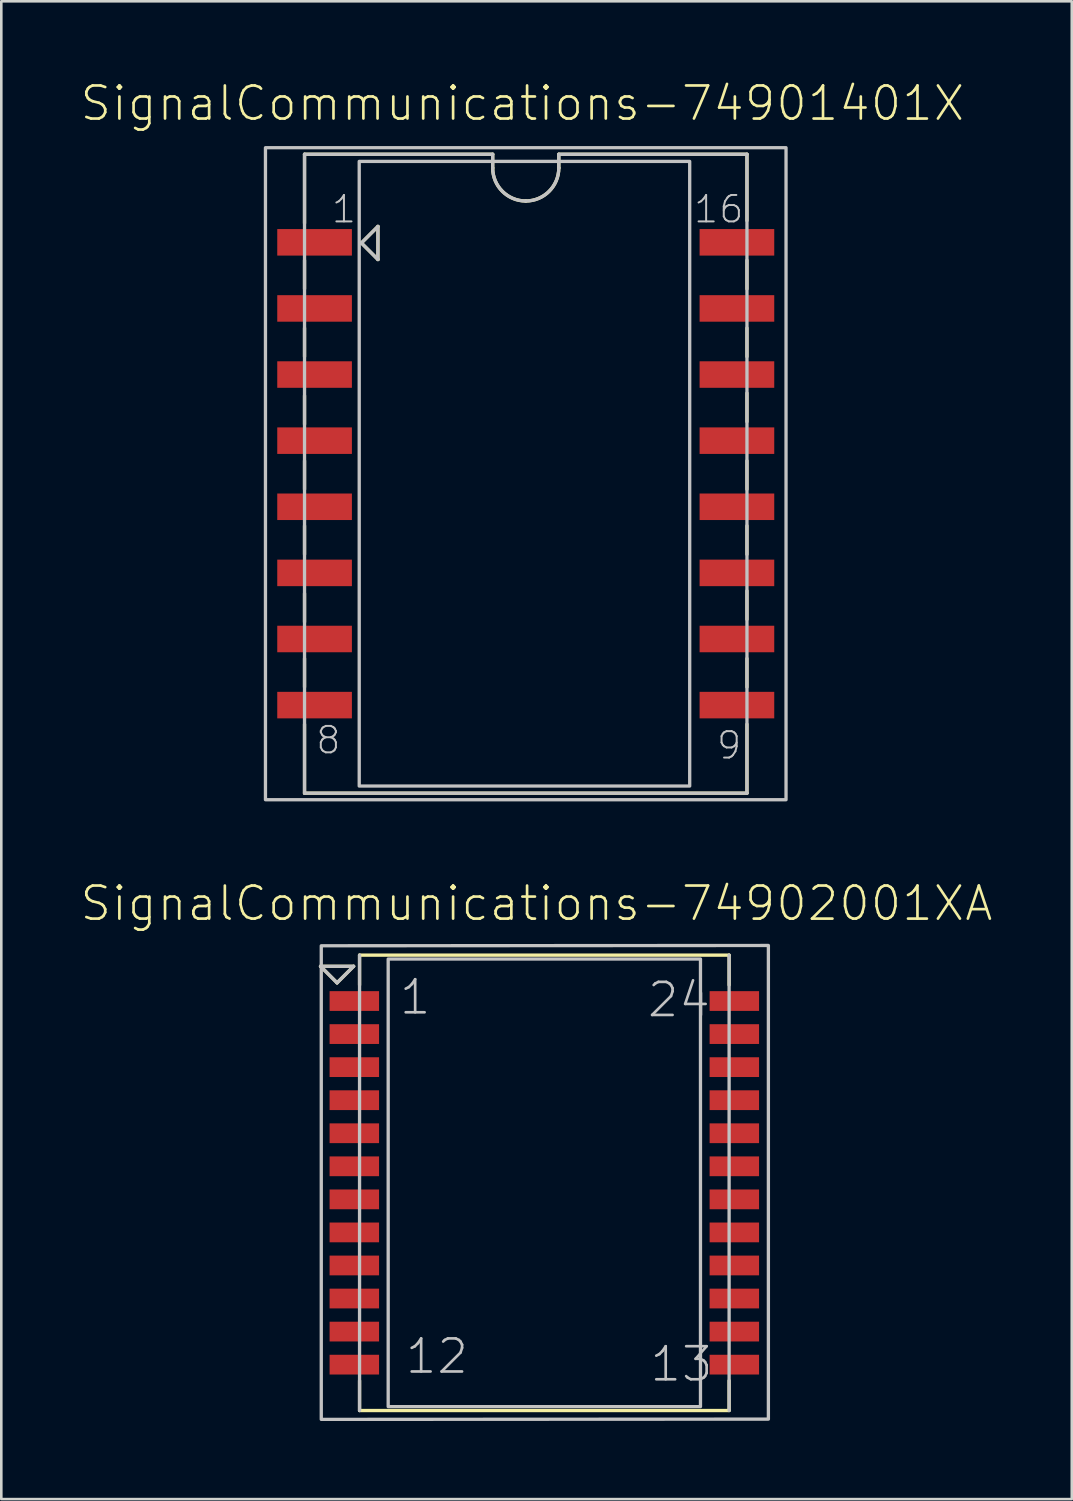
<source format=kicad_pcb>
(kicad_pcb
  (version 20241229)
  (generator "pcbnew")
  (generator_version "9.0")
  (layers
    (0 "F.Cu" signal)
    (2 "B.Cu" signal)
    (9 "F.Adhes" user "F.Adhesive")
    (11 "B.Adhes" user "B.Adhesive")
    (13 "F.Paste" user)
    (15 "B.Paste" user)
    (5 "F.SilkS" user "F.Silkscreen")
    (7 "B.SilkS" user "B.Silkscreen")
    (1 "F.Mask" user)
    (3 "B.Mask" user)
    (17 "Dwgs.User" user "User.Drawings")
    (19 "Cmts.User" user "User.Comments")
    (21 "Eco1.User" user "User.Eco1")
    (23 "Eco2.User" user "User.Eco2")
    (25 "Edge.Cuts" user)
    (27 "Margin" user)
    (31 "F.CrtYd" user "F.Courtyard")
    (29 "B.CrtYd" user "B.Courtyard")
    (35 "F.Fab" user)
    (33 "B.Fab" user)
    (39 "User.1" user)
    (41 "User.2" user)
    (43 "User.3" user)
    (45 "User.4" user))
  (footprint "SignalCommunications-74902001XA"
    (layer "F.Cu")
    (at 17.863 42.394)
    (property "Reference" "SignalCommunications-74902001XA" (at -0.3 -10.734 0) (layer "F.SilkS") (effects (font (size 1.27 1.27) (thickness 0.102))))
    (attr smd)
    (fp_line (start -8.598 -8.319) (end -7.963 -7.684) (stroke (width 0.127) (type solid)) (layer "F.SilkS"))
    (fp_line (start -7.963 -7.684) (end -7.328 -8.319) (stroke (width 0.127) (type solid)) (layer "F.SilkS"))
    (fp_line (start -7.328 -8.319) (end -8.598 -8.319) (stroke (width 0.127) (type solid)) (layer "F.SilkS"))
    (fp_line (start -7.099 -8.748) (end 7.099 -8.748) (stroke (width 0.127) (type solid)) (layer "F.SilkS"))
    (fp_line (start -7.099 -7.6) (end -7.099 -8.748) (stroke (width 0.127) (type solid)) (layer "F.SilkS"))
    (fp_line (start -7.099 7.6) (end -7.099 8.748) (stroke (width 0.127) (type solid)) (layer "F.SilkS"))
    (fp_line (start 7.099 -7.6) (end 7.099 -8.748) (stroke (width 0.127) (type solid)) (layer "F.SilkS"))
    (fp_line (start 7.099 7.6) (end 7.099 8.748) (stroke (width 0.127) (type solid)) (layer "F.SilkS"))
    (fp_line (start 7.099 8.748) (end -7.099 8.748) (stroke (width 0.127) (type solid)) (layer "F.SilkS"))
    (fp_line (start -8.598 -8.319) (end -7.963 -7.684) (stroke (width 0.127) (type solid)) (layer "Dwgs.User"))
    (fp_line (start -7.963 -7.684) (end -7.328 -8.319) (stroke (width 0.127) (type solid)) (layer "Dwgs.User"))
    (fp_line (start -7.328 -8.319) (end -8.598 -8.319) (stroke (width 0.127) (type solid)) (layer "Dwgs.User"))
    (fp_line (start -7.099 8.748) (end -7.099 -8.748) (stroke (width 0.127) (type solid)) (layer "Dwgs.User"))
    (fp_line (start 7.099 -8.748) (end 7.099 8.748) (stroke (width 0.127) (type solid)) (layer "Dwgs.User"))
    (fp_poly (pts (xy 8.608 -9.119) (xy 8.608 9.078) (xy -8.57 9.088) (xy -8.57 -9.108) (xy 8.608 -9.119)) (stroke (width 0.127) (type solid)) (fill no) (layer "Dwgs.User"))
    (fp_poly (pts (xy 5.999 -8.4) (xy 5.999 8.598) (xy -5.999 8.598) (xy -5.999 -8.598) (xy 5.999 -8.598) (xy 5.999 -8.298) (xy 5.999 -8.4)) (stroke (width 0.127) (type solid)) (fill no) (layer "Dwgs.User"))
    (fp_text user "12" (at -4.128 6.665 0) (layer "Dwgs.User") (effects (font (size 1.27 1.27) (thickness 0.102))))
    (fp_text user "1" (at -4.963 -7.135 0) (layer "Dwgs.User") (effects (font (size 1.27 1.27) (thickness 0.102))))
    (fp_text user "13" (at 5.268 6.965 0) (layer "Dwgs.User") (effects (font (size 1.27 1.27) (thickness 0.102))))
    (fp_text user "24" (at 5.169 -7.033 0) (layer "Dwgs.User") (effects (font (size 1.27 1.27) (thickness 0.102))))
    (pad "1" smd rect (at -7.3 -6.985) (size 1.9 0.759) (layers "F.Cu" "F.Mask" "F.Paste"))
    (pad "2" smd rect (at -7.3 -5.715) (size 1.9 0.759) (layers "F.Cu" "F.Mask" "F.Paste"))
    (pad "3" smd rect (at -7.3 -4.445) (size 1.9 0.759) (layers "F.Cu" "F.Mask" "F.Paste"))
    (pad "4" smd rect (at -7.3 -3.175) (size 1.9 0.759) (layers "F.Cu" "F.Mask" "F.Paste"))
    (pad "5" smd rect (at -7.3 -1.905) (size 1.9 0.759) (layers "F.Cu" "F.Mask" "F.Paste"))
    (pad "6" smd rect (at -7.3 -0.635) (size 1.9 0.759) (layers "F.Cu" "F.Mask" "F.Paste"))
    (pad "7" smd rect (at -7.3 0.635) (size 1.9 0.759) (layers "F.Cu" "F.Mask" "F.Paste"))
    (pad "8" smd rect (at -7.3 1.905) (size 1.9 0.759) (layers "F.Cu" "F.Mask" "F.Paste"))
    (pad "9" smd rect (at -7.3 3.175) (size 1.9 0.759) (layers "F.Cu" "F.Mask" "F.Paste"))
    (pad "10" smd rect (at -7.3 4.445) (size 1.9 0.759) (layers "F.Cu" "F.Mask" "F.Paste"))
    (pad "11" smd rect (at -7.3 5.715) (size 1.9 0.759) (layers "F.Cu" "F.Mask" "F.Paste"))
    (pad "12" smd rect (at -7.3 6.985) (size 1.9 0.759) (layers "F.Cu" "F.Mask" "F.Paste"))
    (pad "13" smd rect (at 7.3 6.985) (size 1.9 0.759) (layers "F.Cu" "F.Mask" "F.Paste"))
    (pad "14" smd rect (at 7.3 5.715) (size 1.9 0.759) (layers "F.Cu" "F.Mask" "F.Paste"))
    (pad "15" smd rect (at 7.3 4.445) (size 1.9 0.759) (layers "F.Cu" "F.Mask" "F.Paste"))
    (pad "16" smd rect (at 7.3 3.175) (size 1.9 0.759) (layers "F.Cu" "F.Mask" "F.Paste"))
    (pad "17" smd rect (at 7.3 1.905) (size 1.9 0.759) (layers "F.Cu" "F.Mask" "F.Paste"))
    (pad "18" smd rect (at 7.3 0.635) (size 1.9 0.759) (layers "F.Cu" "F.Mask" "F.Paste"))
    (pad "19" smd rect (at 7.3 -0.635) (size 1.9 0.759) (layers "F.Cu" "F.Mask" "F.Paste"))
    (pad "20" smd rect (at 7.3 -1.905) (size 1.9 0.759) (layers "F.Cu" "F.Mask" "F.Paste"))
    (pad "21" smd rect (at 7.3 -3.175) (size 1.9 0.759) (layers "F.Cu" "F.Mask" "F.Paste"))
    (pad "22" smd rect (at 7.3 -4.445) (size 1.9 0.759) (layers "F.Cu" "F.Mask" "F.Paste"))
    (pad "23" smd rect (at 7.3 -5.715) (size 1.9 0.759) (layers "F.Cu" "F.Mask" "F.Paste"))
    (pad "24" smd rect (at 7.3 -6.985) (size 1.9 0.759) (layers "F.Cu" "F.Mask" "F.Paste")))
  (footprint "SignalCommunications-74901401X"
    (layer "F.Cu")
    (at 17.149 15.15)
    (property "Reference" "SignalCommunications-74901401X" (at -0.13 -14.229 0) (layer "F.SilkS") (effects (font (size 1.27 1.27) (thickness 0.102))))
    (attr smd)
    (fp_line (start -8.499 -12.273) (end -1.27 -12.273) (stroke (width 0.127) (type solid)) (layer "F.SilkS"))
    (fp_line (start -8.499 -9.624) (end -8.499 -12.273) (stroke (width 0.127) (type solid)) (layer "F.SilkS"))
    (fp_line (start -8.499 -8.199) (end -8.499 -7.099) (stroke (width 0.127) (type solid)) (layer "F.SilkS"))
    (fp_line (start -8.499 -5.598) (end -8.499 -4.498) (stroke (width 0.127) (type solid)) (layer "F.SilkS"))
    (fp_line (start -8.499 -3) (end -8.499 -1.9) (stroke (width 0.127) (type solid)) (layer "F.SilkS"))
    (fp_line (start -8.499 -0.498) (end -8.499 0.599) (stroke (width 0.127) (type solid)) (layer "F.SilkS"))
    (fp_line (start -8.499 1.999) (end -8.499 3.099) (stroke (width 0.127) (type solid)) (layer "F.SilkS"))
    (fp_line (start -8.499 4.6) (end -8.499 5.7) (stroke (width 0.127) (type solid)) (layer "F.SilkS"))
    (fp_line (start -8.499 7.099) (end -8.499 8.199) (stroke (width 0.127) (type solid)) (layer "F.SilkS"))
    (fp_line (start -8.499 9.624) (end -8.499 12.273) (stroke (width 0.127) (type solid)) (layer "F.SilkS"))
    (fp_line (start -8.499 12.273) (end 8.499 12.273) (stroke (width 0.127) (type solid)) (layer "F.SilkS"))
    (fp_line (start -6.314 -8.865) (end -5.679 -8.23) (stroke (width 0.127) (type solid)) (layer "F.SilkS"))
    (fp_line (start -5.679 -9.5) (end -6.314 -8.865) (stroke (width 0.127) (type solid)) (layer "F.SilkS"))
    (fp_line (start -5.679 -8.23) (end -5.679 -9.5) (stroke (width 0.127) (type solid)) (layer "F.SilkS"))
    (fp_line (start -1.27 -12.273) (end -1.27 -11.748) (stroke (width 0.127) (type solid)) (layer "F.SilkS"))
    (fp_line (start 1.27 -12.273) (end 8.499 -12.273) (stroke (width 0.127) (type solid)) (layer "F.SilkS"))
    (fp_line (start 1.27 -11.748) (end 1.27 -12.273) (stroke (width 0.127) (type solid)) (layer "F.SilkS"))
    (fp_line (start 8.499 -12.273) (end 8.499 -9.723) (stroke (width 0.127) (type solid)) (layer "F.SilkS"))
    (fp_line (start 8.499 -8.199) (end 8.499 -7.099) (stroke (width 0.127) (type solid)) (layer "F.SilkS"))
    (fp_line (start 8.499 -5.598) (end 8.499 -4.498) (stroke (width 0.127) (type solid)) (layer "F.SilkS"))
    (fp_line (start 8.499 -3.099) (end 8.499 -1.999) (stroke (width 0.127) (type solid)) (layer "F.SilkS"))
    (fp_line (start 8.499 -0.498) (end 8.499 0.599) (stroke (width 0.127) (type solid)) (layer "F.SilkS"))
    (fp_line (start 8.499 1.999) (end 8.499 3.099) (stroke (width 0.127) (type solid)) (layer "F.SilkS"))
    (fp_line (start 8.499 4.498) (end 8.499 5.598) (stroke (width 0.127) (type solid)) (layer "F.SilkS"))
    (fp_line (start 8.499 7.099) (end 8.499 8.199) (stroke (width 0.127) (type solid)) (layer "F.SilkS"))
    (fp_line (start 8.499 12.273) (end 8.499 9.624) (stroke (width 0.127) (type solid)) (layer "F.SilkS"))
    (fp_arc (start 0 -10.4775) (mid -0.898026 -10.849474) (end -1.27 -11.7475) (stroke (width 0.127) (type solid)) (layer "F.SilkS"))
    (fp_arc (start 1.27 -11.7475) (mid 0.898026 -10.849474) (end 0 -10.4775) (stroke (width 0.127) (type solid)) (layer "F.SilkS"))
    (fp_line (start -8.499 -12.273) (end -8.499 12.273) (stroke (width 0.127) (type solid)) (layer "Dwgs.User"))
    (fp_line (start -8.499 -12.273) (end -1.27 -12.273) (stroke (width 0.127) (type solid)) (layer "Dwgs.User"))
    (fp_line (start -8.499 12.273) (end 8.499 12.273) (stroke (width 0.127) (type solid)) (layer "Dwgs.User"))
    (fp_line (start -6.314 -8.865) (end -5.679 -8.23) (stroke (width 0.127) (type solid)) (layer "Dwgs.User"))
    (fp_line (start -5.679 -9.5) (end -6.314 -8.865) (stroke (width 0.127) (type solid)) (layer "Dwgs.User"))
    (fp_line (start -5.679 -8.23) (end -5.679 -9.5) (stroke (width 0.127) (type solid)) (layer "Dwgs.User"))
    (fp_line (start -1.27 -12.273) (end -1.27 -11.748) (stroke (width 0.127) (type solid)) (layer "Dwgs.User"))
    (fp_line (start 1.27 -12.273) (end 8.499 -12.273) (stroke (width 0.127) (type solid)) (layer "Dwgs.User"))
    (fp_line (start 1.27 -11.748) (end 1.27 -12.273) (stroke (width 0.127) (type solid)) (layer "Dwgs.User"))
    (fp_line (start 8.499 12.273) (end 8.499 -12.273) (stroke (width 0.127) (type solid)) (layer "Dwgs.User"))
    (fp_arc (start 0 -10.4775) (mid -0.898026 -10.849474) (end -1.27 -11.7475) (stroke (width 0.127) (type solid)) (layer "Dwgs.User"))
    (fp_arc (start 1.27 -11.7475) (mid 0.898026 -10.849474) (end 0 -10.4775) (stroke (width 0.127) (type solid)) (layer "Dwgs.User"))
    (fp_poly (pts (xy -10 -12.525) (xy 10 -12.525) (xy 10 12.525) (xy -10 12.525) (xy -10 -12.525)) (stroke (width 0.127) (type solid)) (fill no) (layer "Dwgs.User"))
    (fp_poly (pts (xy -6.198 -11.999) (xy 6.299 -11.999) (xy 6.299 11.999) (xy -6.398 11.999) (xy -6.398 -11.999) (xy -6.099 -11.999) (xy -6.198 -11.999)) (stroke (width 0.127) (type solid)) (fill no) (layer "Dwgs.User"))
    (fp_text user "16" (at 7.414 -10.16 0) (layer "Dwgs.User") (effects (font (size 1.016 1.016) (thickness 0.076))))
    (fp_text user "8" (at -7.584 10.239 0) (layer "Dwgs.User") (effects (font (size 1.016 1.016) (thickness 0.076))))
    (fp_text user "1" (at -6.985 -10.16 0) (layer "Dwgs.User") (effects (font (size 1.016 1.016) (thickness 0.076))))
    (fp_text user "9" (at 7.813 10.439 0) (layer "Dwgs.User") (effects (font (size 1.016 1.016) (thickness 0.076))))
    (pad "1" smd rect (at -8.113 -8.89) (size 2.868 1.019) (layers "F.Cu" "F.Mask" "F.Paste"))
    (pad "2" smd rect (at -8.113 -6.35) (size 2.868 1.019) (layers "F.Cu" "F.Mask" "F.Paste"))
    (pad "3" smd rect (at -8.113 -3.81) (size 2.868 1.019) (layers "F.Cu" "F.Mask" "F.Paste"))
    (pad "4" smd rect (at -8.113 -1.27) (size 2.868 1.019) (layers "F.Cu" "F.Mask" "F.Paste"))
    (pad "5" smd rect (at -8.113 1.27) (size 2.868 1.019) (layers "F.Cu" "F.Mask" "F.Paste"))
    (pad "6" smd rect (at -8.113 3.81) (size 2.868 1.019) (layers "F.Cu" "F.Mask" "F.Paste"))
    (pad "7" smd rect (at -8.113 6.35) (size 2.868 1.019) (layers "F.Cu" "F.Mask" "F.Paste"))
    (pad "8" smd rect (at -8.113 8.89) (size 2.868 1.019) (layers "F.Cu" "F.Mask" "F.Paste"))
    (pad "9" smd rect (at 8.113 8.89) (size 2.868 1.019) (layers "F.Cu" "F.Mask" "F.Paste"))
    (pad "10" smd rect (at 8.113 6.35) (size 2.868 1.019) (layers "F.Cu" "F.Mask" "F.Paste"))
    (pad "11" smd rect (at 8.113 3.81) (size 2.868 1.019) (layers "F.Cu" "F.Mask" "F.Paste"))
    (pad "12" smd rect (at 8.113 1.27) (size 2.868 1.019) (layers "F.Cu" "F.Mask" "F.Paste"))
    (pad "13" smd rect (at 8.113 -1.27) (size 2.868 1.019) (layers "F.Cu" "F.Mask" "F.Paste"))
    (pad "14" smd rect (at 8.113 -3.81) (size 2.868 1.019) (layers "F.Cu" "F.Mask" "F.Paste"))
    (pad "15" smd rect (at 8.113 -6.35) (size 2.868 1.019) (layers "F.Cu" "F.Mask" "F.Paste"))
    (pad "16" smd rect (at 8.113 -8.89) (size 2.868 1.019) (layers "F.Cu" "F.Mask" "F.Paste")))
  (gr_rect
    (start -3 -3)
    (end 38.127 54.545)
    (stroke (width 0.1) (type default))
    (fill no)
    (layer "Edge.Cuts")))
</source>
